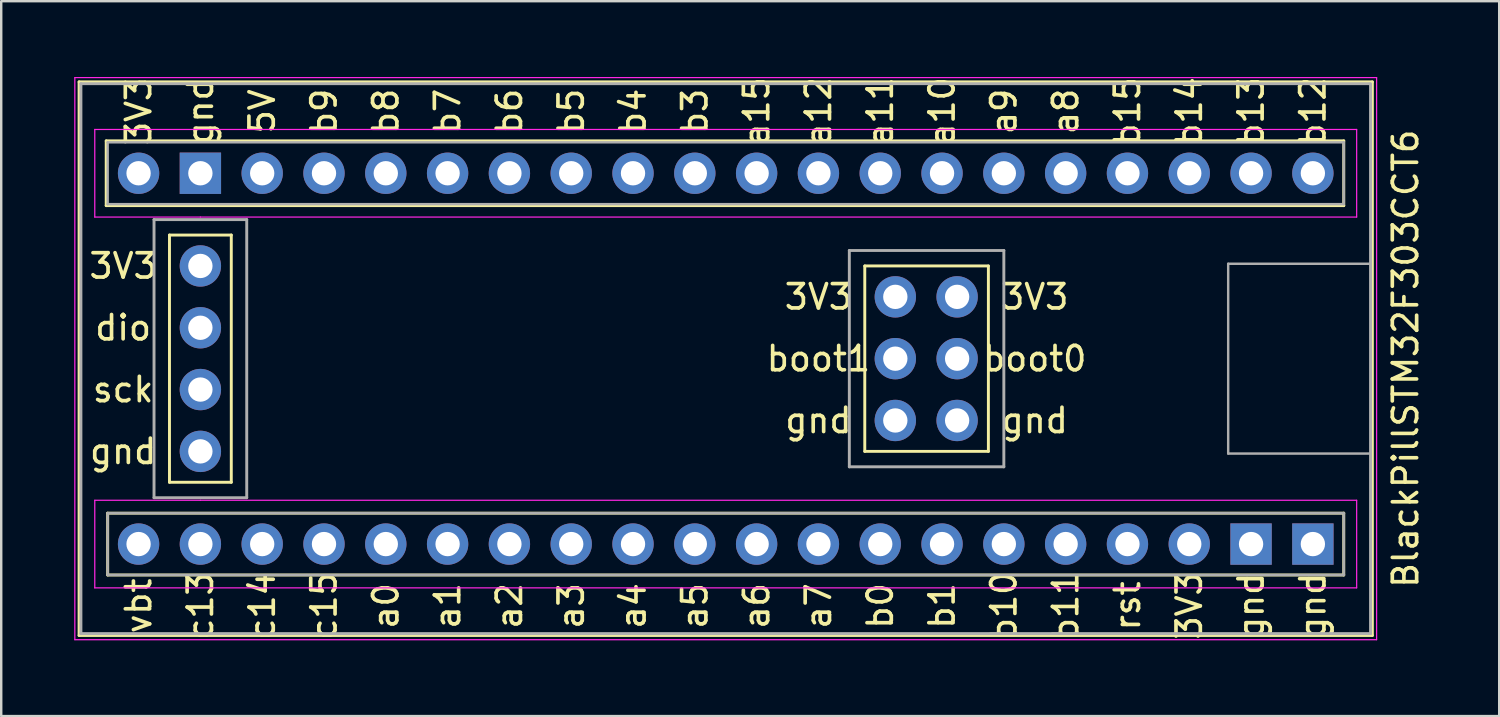
<source format=kicad_pcb>
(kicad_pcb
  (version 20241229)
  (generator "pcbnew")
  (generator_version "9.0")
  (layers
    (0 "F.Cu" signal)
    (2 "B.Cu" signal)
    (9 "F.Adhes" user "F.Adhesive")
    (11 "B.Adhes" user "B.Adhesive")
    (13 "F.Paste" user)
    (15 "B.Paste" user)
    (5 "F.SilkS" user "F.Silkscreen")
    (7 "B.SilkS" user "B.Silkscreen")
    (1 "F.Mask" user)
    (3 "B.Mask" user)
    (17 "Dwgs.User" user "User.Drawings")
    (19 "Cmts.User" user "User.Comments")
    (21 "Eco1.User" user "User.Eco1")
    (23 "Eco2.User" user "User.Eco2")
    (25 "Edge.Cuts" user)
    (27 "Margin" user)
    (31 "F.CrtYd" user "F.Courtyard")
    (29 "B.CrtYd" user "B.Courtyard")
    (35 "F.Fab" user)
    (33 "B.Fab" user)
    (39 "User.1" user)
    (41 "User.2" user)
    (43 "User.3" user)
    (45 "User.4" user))
  (footprint "BlackPillSTM32F303CCT6"
    (layer "F.Cu")
    (at 26.775 11.69)
    (property "Reference" "BlackPillSTM32F303CCT6" (at 27.94 0 270) (layer "F.SilkS") (effects (font (size 1 1) (thickness 0.15))))
    (attr through_hole)
    (fp_line (start -26.575 -11.375) (end 26.575 -11.375) (stroke (width 0.12) (type solid)) (layer "F.SilkS"))
    (fp_line (start -26.575 11.375) (end -26.575 -11.375) (stroke (width 0.12) (type solid)) (layer "F.SilkS"))
    (fp_line (start -25.46 -8.95) (end 25.4 -8.95) (stroke (width 0.12) (type solid)) (layer "F.SilkS"))
    (fp_line (start -25.46 -6.29) (end -25.46 -8.95) (stroke (width 0.12) (type solid)) (layer "F.SilkS"))
    (fp_line (start -25.4 6.35) (end 25.4 6.35) (stroke (width 0.12) (type solid)) (layer "F.SilkS"))
    (fp_line (start -25.4 8.89) (end -25.4 6.35) (stroke (width 0.12) (type solid)) (layer "F.SilkS"))
    (fp_line (start -22.86 -5.08) (end -20.32 -5.08) (stroke (width 0.12) (type solid)) (layer "F.SilkS"))
    (fp_line (start -22.86 5.08) (end -22.86 -5.08) (stroke (width 0.12) (type solid)) (layer "F.SilkS"))
    (fp_line (start -20.32 -5.08) (end -20.32 5.08) (stroke (width 0.12) (type solid)) (layer "F.SilkS"))
    (fp_line (start -20.32 5.08) (end -22.86 5.08) (stroke (width 0.12) (type solid)) (layer "F.SilkS"))
    (fp_line (start 5.715 -3.81) (end 10.795 -3.81) (stroke (width 0.12) (type solid)) (layer "F.SilkS"))
    (fp_line (start 5.715 3.81) (end 5.715 -3.81) (stroke (width 0.12) (type solid)) (layer "F.SilkS"))
    (fp_line (start 10.795 -3.81) (end 10.795 3.81) (stroke (width 0.12) (type solid)) (layer "F.SilkS"))
    (fp_line (start 10.795 3.81) (end 5.715 3.81) (stroke (width 0.12) (type solid)) (layer "F.SilkS"))
    (fp_line (start 25.4 -8.95) (end 25.4 -6.29) (stroke (width 0.12) (type solid)) (layer "F.SilkS"))
    (fp_line (start 25.4 -6.29) (end -25.46 -6.29) (stroke (width 0.12) (type solid)) (layer "F.SilkS"))
    (fp_line (start 25.4 6.35) (end 25.4 8.89) (stroke (width 0.12) (type solid)) (layer "F.SilkS"))
    (fp_line (start 25.4 8.89) (end -25.4 8.89) (stroke (width 0.12) (type solid)) (layer "F.SilkS"))
    (fp_line (start 26.575 -11.375) (end 26.575 11.375) (stroke (width 0.12) (type solid)) (layer "F.SilkS"))
    (fp_line (start 26.575 11.375) (end -26.575 11.375) (stroke (width 0.12) (type solid)) (layer "F.SilkS"))
    (fp_line (start -26.75 -11.55) (end 26.75 -11.55) (stroke (width 0.05) (type solid)) (layer "F.CrtYd"))
    (fp_line (start -26.75 11.55) (end -26.75 -11.55) (stroke (width 0.05) (type solid)) (layer "F.CrtYd"))
    (fp_line (start -25.93 -9.42) (end -25.93 -5.82) (stroke (width 0.05) (type solid)) (layer "F.CrtYd"))
    (fp_line (start -25.93 9.42) (end -25.93 5.82) (stroke (width 0.05) (type solid)) (layer "F.CrtYd"))
    (fp_line (start -21.59 -5.82) (end -25.93 -5.82) (stroke (width 0.05) (type solid)) (layer "F.CrtYd"))
    (fp_line (start -21.59 5.82) (end -25.93 5.82) (stroke (width 0.05) (type solid)) (layer "F.CrtYd"))
    (fp_line (start 25.93 -9.42) (end -25.93 -9.42) (stroke (width 0.05) (type solid)) (layer "F.CrtYd"))
    (fp_line (start 25.93 -5.82) (end -21.59 -5.82) (stroke (width 0.05) (type solid)) (layer "F.CrtYd"))
    (fp_line (start 25.93 -5.82) (end 25.93 -9.42) (stroke (width 0.05) (type solid)) (layer "F.CrtYd"))
    (fp_line (start 25.93 5.82) (end -21.59 5.82) (stroke (width 0.05) (type solid)) (layer "F.CrtYd"))
    (fp_line (start 25.93 5.82) (end 25.93 9.42) (stroke (width 0.05) (type solid)) (layer "F.CrtYd"))
    (fp_line (start 25.93 9.42) (end -25.93 9.42) (stroke (width 0.05) (type solid)) (layer "F.CrtYd"))
    (fp_line (start 26.75 -11.55) (end 26.75 11.55) (stroke (width 0.05) (type solid)) (layer "F.CrtYd"))
    (fp_line (start 26.75 11.55) (end -26.75 11.55) (stroke (width 0.05) (type solid)) (layer "F.CrtYd"))
    (fp_line (start -26.5 -11.3) (end -26.5 11.3) (stroke (width 0.12) (type solid)) (layer "F.Fab"))
    (fp_line (start -26.5 -11.3) (end 26.45 -11.3) (stroke (width 0.12) (type solid)) (layer "F.Fab"))
    (fp_line (start -25.4 -8.89) (end 25.4 -8.89) (stroke (width 0.1) (type solid)) (layer "F.Fab"))
    (fp_line (start -25.4 -6.35) (end -25.4 -8.89) (stroke (width 0.1) (type solid)) (layer "F.Fab"))
    (fp_line (start -25.4 6.35) (end 25.4 6.35) (stroke (width 0.1) (type solid)) (layer "F.Fab"))
    (fp_line (start -25.4 8.89) (end -25.4 6.35) (stroke (width 0.1) (type solid)) (layer "F.Fab"))
    (fp_line (start -23.495 -5.715) (end -19.685 -5.715) (stroke (width 0.12) (type solid)) (layer "F.Fab"))
    (fp_line (start -23.495 5.715) (end -23.495 -5.715) (stroke (width 0.12) (type solid)) (layer "F.Fab"))
    (fp_line (start -19.685 -5.715) (end -19.685 5.715) (stroke (width 0.12) (type solid)) (layer "F.Fab"))
    (fp_line (start -19.685 5.715) (end -23.495 5.715) (stroke (width 0.12) (type solid)) (layer "F.Fab"))
    (fp_line (start 5.08 -4.445) (end 5.08 4.445) (stroke (width 0.12) (type solid)) (layer "F.Fab"))
    (fp_line (start 5.08 4.445) (end 11.43 4.445) (stroke (width 0.12) (type solid)) (layer "F.Fab"))
    (fp_line (start 11.43 -4.445) (end 5.08 -4.445) (stroke (width 0.12) (type solid)) (layer "F.Fab"))
    (fp_line (start 11.43 4.445) (end 11.43 -4.445) (stroke (width 0.12) (type solid)) (layer "F.Fab"))
    (fp_line (start 20.65 -3.9) (end 20.65 3.9) (stroke (width 0.1) (type solid)) (layer "F.Fab"))
    (fp_line (start 20.65 -3.9) (end 26.45 -3.9) (stroke (width 0.1) (type solid)) (layer "F.Fab"))
    (fp_line (start 20.65 3.9) (end 26.45 3.9) (stroke (width 0.1) (type solid)) (layer "F.Fab"))
    (fp_line (start 25.4 -8.89) (end 25.4 -6.35) (stroke (width 0.1) (type solid)) (layer "F.Fab"))
    (fp_line (start 25.4 -6.35) (end -25.4 -6.35) (stroke (width 0.1) (type solid)) (layer "F.Fab"))
    (fp_line (start 25.4 6.35) (end 25.4 8.89) (stroke (width 0.1) (type solid)) (layer "F.Fab"))
    (fp_line (start 25.4 8.89) (end -25.4 8.89) (stroke (width 0.1) (type solid)) (layer "F.Fab"))
    (fp_line (start 26.5 -11.3) (end 26.5 11.3) (stroke (width 0.12) (type solid)) (layer "F.Fab"))
    (fp_line (start 26.5 11.3) (end -26.5 11.3) (stroke (width 0.12) (type solid)) (layer "F.Fab"))
    (fp_text user "b8" (at -13.97 -10.16 90) (layer "F.SilkS") (effects (font (size 1 1) (thickness 0.15))))
    (fp_text user "a15" (at 1.27 -10.16 90) (layer "F.SilkS") (effects (font (size 1 1) (thickness 0.15))))
    (fp_text user "b11" (at 13.97 10.16 270) (layer "F.SilkS") (effects (font (size 1 1) (thickness 0.15))))
    (fp_text user "3V3" (at -24.765 -3.81 0) (layer "F.SilkS") (effects (font (size 1 1) (thickness 0.15))))
    (fp_text user "dio" (at -24.765 -1.27 0) (layer "F.SilkS") (effects (font (size 1 1) (thickness 0.15))))
    (fp_text user "gnd" (at -24.765 3.81 0) (layer "F.SilkS") (effects (font (size 1 1) (thickness 0.15))))
    (fp_text user "gnd" (at -21.59 -10.16 90) (layer "F.SilkS") (effects (font (size 1 1) (thickness 0.15))))
    (fp_text user "a7" (at 3.81 10.16 270) (layer "F.SilkS") (effects (font (size 1 1) (thickness 0.15))))
    (fp_text user "b14" (at 19.05 -10.16 90) (layer "F.SilkS") (effects (font (size 1 1) (thickness 0.15))))
    (fp_text user "3V3" (at 19.05 10.16 270) (layer "F.SilkS") (effects (font (size 1 1) (thickness 0.15))))
    (fp_text user "a12" (at 3.81 -10.16 90) (layer "F.SilkS") (effects (font (size 1 1) (thickness 0.15))))
    (fp_text user "b10" (at 11.43 10.16 270) (layer "F.SilkS") (effects (font (size 1 1) (thickness 0.15))))
    (fp_text user "b6" (at -8.89 -10.16 90) (layer "F.SilkS") (effects (font (size 1 1) (thickness 0.15))))
    (fp_text user "gnd" (at 3.81 2.54 0) (layer "F.SilkS") (effects (font (size 1 1) (thickness 0.15))))
    (fp_text user "b7" (at -11.43 -10.16 90) (layer "F.SilkS") (effects (font (size 1 1) (thickness 0.15))))
    (fp_text user "b12" (at 24.13 -10.16 90) (layer "F.SilkS") (effects (font (size 1 1) (thickness 0.15))))
    (fp_text user "a11" (at 6.35 -10.16 90) (layer "F.SilkS") (effects (font (size 1 1) (thickness 0.15))))
    (fp_text user "a6" (at 1.27 10.16 270) (layer "F.SilkS") (effects (font (size 1 1) (thickness 0.15))))
    (fp_text user "sck" (at -24.765 1.27 0) (layer "F.SilkS") (effects (font (size 1 1) (thickness 0.15))))
    (fp_text user "a10" (at 8.89 -10.16 90) (layer "F.SilkS") (effects (font (size 1 1) (thickness 0.15))))
    (fp_text user "gnd" (at 12.7 2.54 0) (layer "F.SilkS") (effects (font (size 1 1) (thickness 0.15))))
    (fp_text user "gnd" (at 24.13 10.16 270) (layer "F.SilkS") (effects (font (size 1 1) (thickness 0.15))))
    (fp_text user "boot1" (at 3.81 0 0) (layer "F.SilkS") (effects (font (size 1 1) (thickness 0.15))))
    (fp_text user "boot0" (at 12.7 0 0) (layer "F.SilkS") (effects (font (size 1 1) (thickness 0.15))))
    (fp_text user "b15" (at 16.51 -10.16 90) (layer "F.SilkS") (effects (font (size 1 1) (thickness 0.15))))
    (fp_text user "3V3" (at 12.7 -2.54 0) (layer "F.SilkS") (effects (font (size 1 1) (thickness 0.15))))
    (fp_text user "b1" (at 8.89 10.16 270) (layer "F.SilkS") (effects (font (size 1 1) (thickness 0.15))))
    (fp_text user "a4" (at -3.81 10.16 270) (layer "F.SilkS") (effects (font (size 1 1) (thickness 0.15))))
    (fp_text user "b3" (at -1.27 -10.16 90) (layer "F.SilkS") (effects (font (size 1 1) (thickness 0.15))))
    (fp_text user "a9" (at 11.43 -10.16 90) (layer "F.SilkS") (effects (font (size 1 1) (thickness 0.15))))
    (fp_text user "b0" (at 6.35 10.16 270) (layer "F.SilkS") (effects (font (size 1 1) (thickness 0.15))))
    (fp_text user "a5" (at -1.27 10.16 270) (layer "F.SilkS") (effects (font (size 1 1) (thickness 0.15))))
    (fp_text user "b4" (at -3.81 -10.16 90) (layer "F.SilkS") (effects (font (size 1 1) (thickness 0.15))))
    (fp_text user "gnd" (at 21.59 10.16 270) (layer "F.SilkS") (effects (font (size 1 1) (thickness 0.15))))
    (fp_text user "a8" (at 13.97 -10.16 90) (layer "F.SilkS") (effects (font (size 1 1) (thickness 0.15))))
    (fp_text user "b5" (at -6.35 -10.16 90) (layer "F.SilkS") (effects (font (size 1 1) (thickness 0.15))))
    (fp_text user "3V3" (at -24.13 -10.16 90) (layer "F.SilkS") (effects (font (size 1 1) (thickness 0.15))))
    (fp_text user "b9" (at -16.51 -10.16 90) (layer "F.SilkS") (effects (font (size 1 1) (thickness 0.15))))
    (fp_text user "5V" (at -19.05 -10.16 90) (layer "F.SilkS") (effects (font (size 1 1) (thickness 0.15))))
    (fp_text user "rst" (at 16.51 10.16 270) (layer "F.SilkS") (effects (font (size 1 1) (thickness 0.15))))
    (fp_text user "b13" (at 21.59 -10.16 90) (layer "F.SilkS") (effects (font (size 1 1) (thickness 0.15))))
    (fp_text user "a3" (at -6.35 10.16 270) (layer "F.SilkS") (effects (font (size 1 1) (thickness 0.15))))
    (fp_text user "a2" (at -8.89 10.16 270) (layer "F.SilkS") (effects (font (size 1 1) (thickness 0.15))))
    (fp_text user "a1" (at -11.43 10.16 270) (layer "F.SilkS") (effects (font (size 1 1) (thickness 0.15))))
    (fp_text user "a0" (at -13.97 10.16 270) (layer "F.SilkS") (effects (font (size 1 1) (thickness 0.15))))
    (fp_text user "c15" (at -16.51 10.16 270) (layer "F.SilkS") (effects (font (size 1 1) (thickness 0.15))))
    (fp_text user "vbt" (at -24.13 10.16 270) (layer "F.SilkS") (effects (font (size 1 1) (thickness 0.15))))
    (fp_text user "3V3" (at 3.81 -2.54 0) (layer "F.SilkS") (effects (font (size 1 1) (thickness 0.15))))
    (fp_text user "c13" (at -21.59 10.16 270) (layer "F.SilkS") (effects (font (size 1 1) (thickness 0.15))))
    (fp_text user "c14" (at -19.05 10.16 270) (layer "F.SilkS") (effects (font (size 1 1) (thickness 0.15))))
    (pad "1" thru_hole circle (at 24.13 -7.62 270) (size 1.7 1.7) (drill 1) (layers "*.Cu" "*.Mask"))
    (pad "2" thru_hole circle (at 21.59 -7.62 270) (size 1.7 1.7) (drill 1) (layers "*.Cu" "*.Mask"))
    (pad "3" thru_hole circle (at 19.05 -7.62 270) (size 1.7 1.7) (drill 1) (layers "*.Cu" "*.Mask"))
    (pad "4" thru_hole circle (at 16.51 -7.62 270) (size 1.7 1.7) (drill 1) (layers "*.Cu" "*.Mask"))
    (pad "5" thru_hole circle (at 13.97 -7.62 270) (size 1.7 1.7) (drill 1) (layers "*.Cu" "*.Mask"))
    (pad "6" thru_hole circle (at 11.43 -7.62 270) (size 1.7 1.7) (drill 1) (layers "*.Cu" "*.Mask"))
    (pad "7" thru_hole circle (at 8.89 -7.62 270) (size 1.7 1.7) (drill 1) (layers "*.Cu" "*.Mask"))
    (pad "8" thru_hole circle (at 6.35 -7.62 270) (size 1.7 1.7) (drill 1) (layers "*.Cu" "*.Mask"))
    (pad "9" thru_hole circle (at 3.81 -7.62 270) (size 1.7 1.7) (drill 1) (layers "*.Cu" "*.Mask"))
    (pad "10" thru_hole circle (at 1.27 -7.62) (size 1.7 1.7) (drill 1) (layers "*.Cu" "*.Mask"))
    (pad "11" thru_hole circle (at -1.27 -7.62 270) (size 1.7 1.7) (drill 1) (layers "*.Cu" "*.Mask"))
    (pad "12" thru_hole circle (at -3.81 -7.62 270) (size 1.7 1.7) (drill 1) (layers "*.Cu" "*.Mask"))
    (pad "13" thru_hole circle (at -6.35 -7.62 270) (size 1.7 1.7) (drill 1) (layers "*.Cu" "*.Mask"))
    (pad "14" thru_hole circle (at -8.89 -7.62 270) (size 1.7 1.7) (drill 1) (layers "*.Cu" "*.Mask"))
    (pad "15" thru_hole circle (at -11.43 -7.62 270) (size 1.7 1.7) (drill 1) (layers "*.Cu" "*.Mask"))
    (pad "16" thru_hole circle (at -13.97 -7.62 270) (size 1.7 1.7) (drill 1) (layers "*.Cu" "*.Mask"))
    (pad "17" thru_hole circle (at -16.51 -7.62 270) (size 1.7 1.7) (drill 1) (layers "*.Cu" "*.Mask"))
    (pad "18" thru_hole circle (at -19.05 -7.62 270) (size 1.7 1.7) (drill 1) (layers "*.Cu" "*.Mask"))
    (pad "19" thru_hole rect (at -21.59 -7.62 270) (size 1.7 1.7) (drill 1) (layers "*.Cu" "*.Mask"))
    (pad "20" thru_hole circle (at -24.13 -7.62 270) (size 1.7 1.7) (drill 1) (layers "*.Cu" "*.Mask"))
    (pad "21" thru_hole circle (at -24.13 7.62 270) (size 1.7 1.7) (drill 1) (layers "*.Cu" "*.Mask"))
    (pad "22" thru_hole circle (at -21.59 7.62 270) (size 1.7 1.7) (drill 1) (layers "*.Cu" "*.Mask"))
    (pad "23" thru_hole circle (at -19.05 7.62 270) (size 1.7 1.7) (drill 1) (layers "*.Cu" "*.Mask"))
    (pad "24" thru_hole circle (at -16.51 7.62 270) (size 1.7 1.7) (drill 1) (layers "*.Cu" "*.Mask"))
    (pad "25" thru_hole circle (at -13.97 7.62 270) (size 1.7 1.7) (drill 1) (layers "*.Cu" "*.Mask"))
    (pad "26" thru_hole circle (at -11.43 7.62 270) (size 1.7 1.7) (drill 1) (layers "*.Cu" "*.Mask"))
    (pad "27" thru_hole circle (at -8.89 7.62 270) (size 1.7 1.7) (drill 1) (layers "*.Cu" "*.Mask"))
    (pad "28" thru_hole circle (at -6.35 7.62 270) (size 1.7 1.7) (drill 1) (layers "*.Cu" "*.Mask"))
    (pad "29" thru_hole circle (at -3.81 7.62 270) (size 1.7 1.7) (drill 1) (layers "*.Cu" "*.Mask"))
    (pad "30" thru_hole circle (at -1.27 7.62 270) (size 1.7 1.7) (drill 1) (layers "*.Cu" "*.Mask"))
    (pad "31" thru_hole circle (at 1.27 7.62 270) (size 1.7 1.7) (drill 1) (layers "*.Cu" "*.Mask"))
    (pad "32" thru_hole circle (at 3.81 7.62 270) (size 1.7 1.7) (drill 1) (layers "*.Cu" "*.Mask"))
    (pad "33" thru_hole circle (at 6.35 7.62 270) (size 1.7 1.7) (drill 1) (layers "*.Cu" "*.Mask"))
    (pad "34" thru_hole circle (at 8.89 7.62 270) (size 1.7 1.7) (drill 1) (layers "*.Cu" "*.Mask"))
    (pad "35" thru_hole circle (at 11.43 7.62 270) (size 1.7 1.7) (drill 1) (layers "*.Cu" "*.Mask"))
    (pad "36" thru_hole circle (at 13.97 7.62 270) (size 1.7 1.7) (drill 1) (layers "*.Cu" "*.Mask"))
    (pad "37" thru_hole circle (at 16.51 7.62 270) (size 1.7 1.7) (drill 1) (layers "*.Cu" "*.Mask"))
    (pad "38" thru_hole circle (at 19.05 7.62 270) (size 1.7 1.7) (drill 1) (layers "*.Cu" "*.Mask"))
    (pad "39" thru_hole rect (at 21.59 7.62 270) (size 1.7 1.7) (drill 1) (layers "*.Cu" "*.Mask"))
    (pad "40" thru_hole rect (at 24.13 7.62 270) (size 1.7 1.7) (drill 1) (layers "*.Cu" "*.Mask"))
    (pad "41" thru_hole circle (at -21.59 -3.81 270) (size 1.7 1.7) (drill 1) (layers "*.Cu" "*.Mask"))
    (pad "42" thru_hole circle (at -21.59 -1.27 270) (size 1.7 1.7) (drill 1) (layers "*.Cu" "*.Mask"))
    (pad "43" thru_hole circle (at -21.59 1.27 270) (size 1.7 1.7) (drill 1) (layers "*.Cu" "*.Mask"))
    (pad "44" thru_hole circle (at -21.59 3.81 270) (size 1.7 1.7) (drill 1) (layers "*.Cu" "*.Mask"))
    (pad "45" thru_hole circle (at 9.51 -2.54 270) (size 1.7 1.7) (drill 1) (layers "*.Cu" "*.Mask"))
    (pad "46" thru_hole circle (at 6.97 -2.54 270) (size 1.7 1.7) (drill 1) (layers "*.Cu" "*.Mask"))
    (pad "47" thru_hole circle (at 9.51 0 270) (size 1.7 1.7) (drill 1) (layers "*.Cu" "*.Mask"))
    (pad "48" thru_hole circle (at 6.97 0 270) (size 1.7 1.7) (drill 1) (layers "*.Cu" "*.Mask"))
    (pad "49" thru_hole circle (at 9.51 2.54 270) (size 1.7 1.7) (drill 1) (layers "*.Cu" "*.Mask"))
    (pad "50" thru_hole circle (at 6.97 2.54 270) (size 1.7 1.7) (drill 1) (layers "*.Cu" "*.Mask")))
  (gr_rect
    (start -3 -3)
    (end 58.563 26.38)
    (stroke (width 0.1) (type default))
    (fill no)
    (layer "Edge.Cuts")))
</source>
